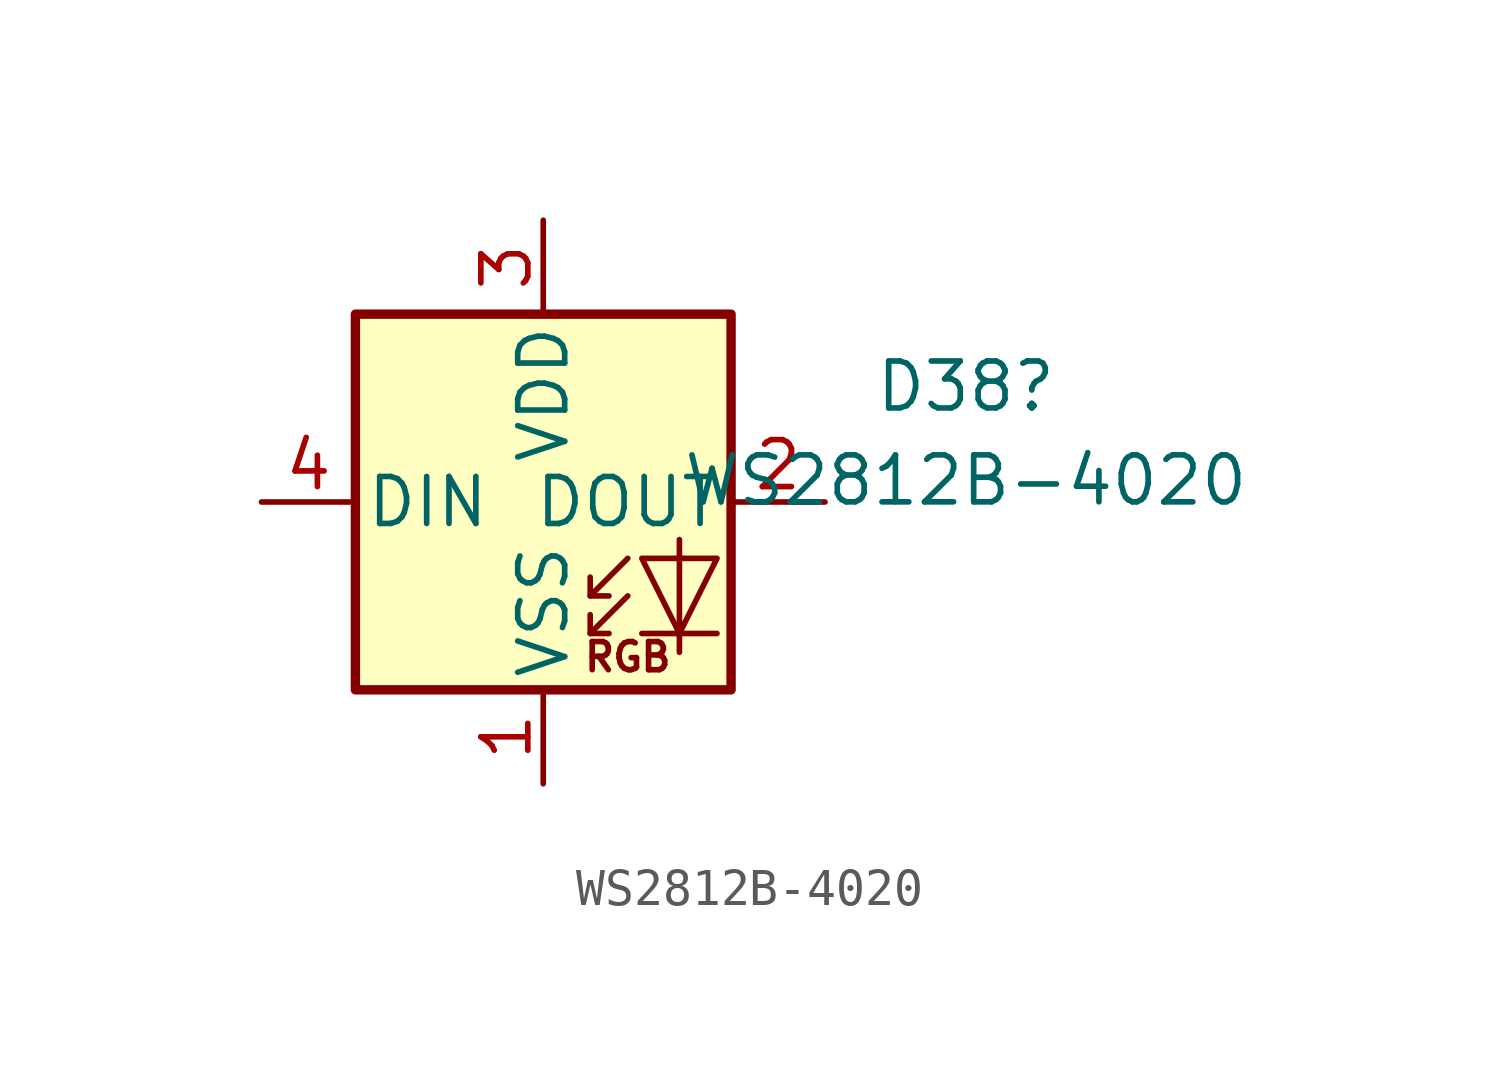
<source format=kicad_sym>
(kicad_symbol_lib
  (version 20241209)
  (generator "kicad_symbol_editor")
  (generator_version "9.0")
  (symbol "WS2812B-4020"
    (pin_names
      (offset 0.254))
    (property "Reference" "D38"
      (at 11.43 3.124 0)
      (effects (font (size 1.27 1.27))))
    (property "Value" "WS2812B-4020"
      (at 11.43 0.584 0)
      (effects (font (size 1.27 1.27))))
    (property "Description" ""
      (at 0 0 0)
      (effects (font (size 1.27 1.27))))
    (symbol "WS2812B-4020_0_0"
      (text "RGB" (at 2.286 -4.191 0) (effects (font (size 0.762 0.762)))))
    (symbol "WS2812B-4020_0_1"
      (polyline (pts (xy 1.27 -2.54) (xy 1.778 -2.54)) (stroke (width 0) (type default)) (fill (type none)))
      (polyline (pts (xy 1.27 -3.556) (xy 1.778 -3.556)) (stroke (width 0) (type default)) (fill (type none)))
      (polyline (pts (xy 2.286 -1.524) (xy 1.27 -2.54) (xy 1.27 -2.032)) (stroke (width 0) (type default)) (fill (type none)))
      (polyline (pts (xy 2.286 -2.54) (xy 1.27 -3.556) (xy 1.27 -3.048)) (stroke (width 0) (type default)) (fill (type none)))
      (polyline (pts (xy 3.683 -1.016) (xy 3.683 -3.556) (xy 3.683 -4.064)) (stroke (width 0) (type default)) (fill (type none)))
      (polyline (pts (xy 4.699 -1.524) (xy 2.667 -1.524) (xy 3.683 -3.556) (xy 4.699 -1.524)) (stroke (width 0) (type default)) (fill (type none)))
      (polyline (pts (xy 4.699 -3.556) (xy 2.667 -3.556)) (stroke (width 0) (type default)) (fill (type none)))
      (rectangle (start 5.08 5.08) (end -5.08 -5.08) (stroke (width 0.254) (type default)) (fill (type background))))
    (symbol "WS2812B-4020_1_1"
      (pin input line (at -7.62 0 0) (length 2.54) (name "DIN" (effects (font (size 1.27 1.27)))) (number "4" (effects (font (size 1.27 1.27)))))
      (pin power_in line (at 0 7.62 270) (length 2.54) (name "VDD" (effects (font (size 1.27 1.27)))) (number "3" (effects (font (size 1.27 1.27)))))
      (pin power_in line (at 0 -7.62 90) (length 2.54) (name "VSS" (effects (font (size 1.27 1.27)))) (number "1" (effects (font (size 1.27 1.27)))))
      (pin output line (at 7.62 0 180) (length 2.54) (name "DOUT" (effects (font (size 1.27 1.27)))) (number "2" (effects (font (size 1.27 1.27))))))))
</source>
